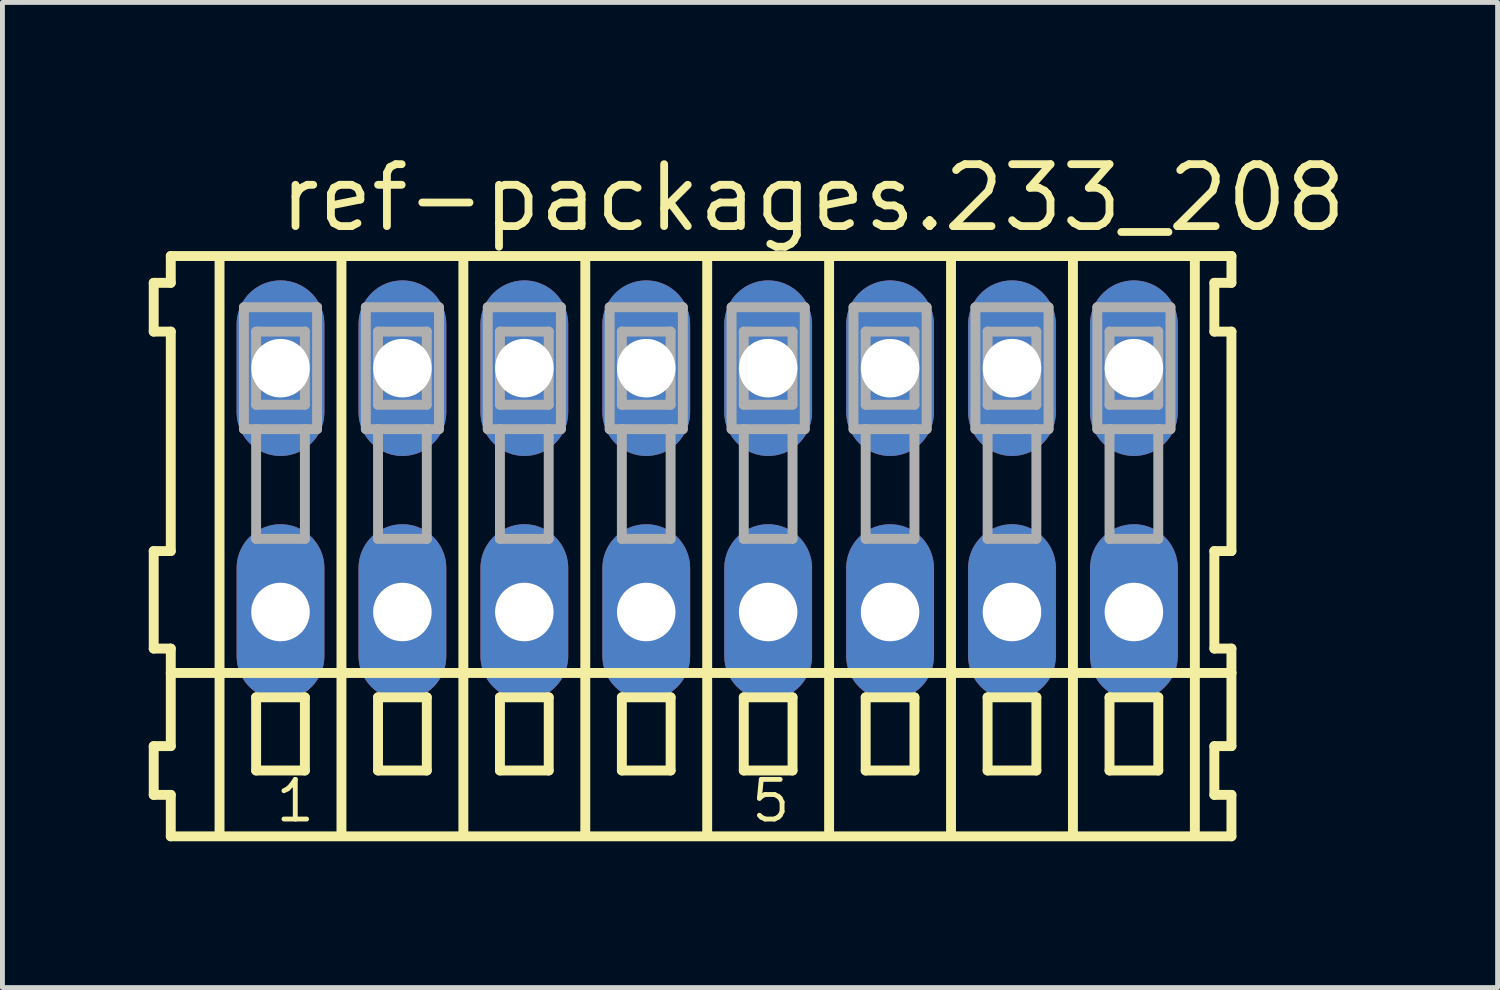
<source format=kicad_pcb>
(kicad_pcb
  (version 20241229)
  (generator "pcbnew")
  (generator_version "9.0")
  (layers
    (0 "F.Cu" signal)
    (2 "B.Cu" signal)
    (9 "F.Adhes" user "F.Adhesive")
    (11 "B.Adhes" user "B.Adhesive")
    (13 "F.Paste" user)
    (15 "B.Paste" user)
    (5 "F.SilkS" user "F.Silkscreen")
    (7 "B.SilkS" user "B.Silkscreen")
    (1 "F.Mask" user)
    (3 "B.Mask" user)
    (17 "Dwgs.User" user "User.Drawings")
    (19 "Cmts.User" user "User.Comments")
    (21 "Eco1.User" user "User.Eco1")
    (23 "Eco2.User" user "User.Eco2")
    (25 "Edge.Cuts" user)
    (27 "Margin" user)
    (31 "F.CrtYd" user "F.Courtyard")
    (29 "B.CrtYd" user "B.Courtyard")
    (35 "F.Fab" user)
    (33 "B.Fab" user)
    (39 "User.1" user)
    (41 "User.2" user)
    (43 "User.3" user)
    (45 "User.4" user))
  (footprint "ref-packages.233_208"
    (layer "F.Cu")
    (at 11.452 7)
    (property "Reference" "ref-packages.233_208" (at -8.85 -5.25 0) (layer "F.SilkS") (effects (font (size 1.27 1.27) (thickness 0.16)) (justify left bottom)))
    (attr through_hole)
    (fp_line (start -11.35 -4.25) (end -11.35 -3.25) (stroke (width 0.203) (type default)) (layer "F.SilkS"))
    (fp_line (start -11.35 -3.25) (end -11 -3.25) (stroke (width 0.203) (type default)) (layer "F.SilkS"))
    (fp_line (start -11.35 1.25) (end -11.35 3.25) (stroke (width 0.203) (type default)) (layer "F.SilkS"))
    (fp_line (start -11.35 3.25) (end -11 3.25) (stroke (width 0.203) (type default)) (layer "F.SilkS"))
    (fp_line (start -11.35 5.25) (end -11.35 6.25) (stroke (width 0.203) (type default)) (layer "F.SilkS"))
    (fp_line (start -11.35 6.25) (end -11 6.25) (stroke (width 0.203) (type default)) (layer "F.SilkS"))
    (fp_line (start -11 -4.8) (end -11 -4.25) (stroke (width 0.203) (type default)) (layer "F.SilkS"))
    (fp_line (start -11 -4.25) (end -11.35 -4.25) (stroke (width 0.203) (type default)) (layer "F.SilkS"))
    (fp_line (start -11 -3.25) (end -11 1.25) (stroke (width 0.203) (type default)) (layer "F.SilkS"))
    (fp_line (start -11 1.25) (end -11.35 1.25) (stroke (width 0.203) (type default)) (layer "F.SilkS"))
    (fp_line (start -11 3.25) (end -11 5.25) (stroke (width 0.203) (type default)) (layer "F.SilkS"))
    (fp_line (start -11 3.75) (end 10.75 3.75) (stroke (width 0.203) (type default)) (layer "F.SilkS"))
    (fp_line (start -11 5.25) (end -11.35 5.25) (stroke (width 0.203) (type default)) (layer "F.SilkS"))
    (fp_line (start -11 6.25) (end -11 7.1) (stroke (width 0.203) (type default)) (layer "F.SilkS"))
    (fp_line (start -11 7.1) (end 10.75 7.1) (stroke (width 0.203) (type default)) (layer "F.SilkS"))
    (fp_line (start -10 -4.75) (end -10 7) (stroke (width 0.203) (type default)) (layer "F.SilkS"))
    (fp_line (start -9.25 4.25) (end -9.25 5.75) (stroke (width 0.203) (type default)) (layer "F.SilkS"))
    (fp_line (start -9.25 5.75) (end -8.25 5.75) (stroke (width 0.203) (type default)) (layer "F.SilkS"))
    (fp_line (start -8.25 4.25) (end -9.25 4.25) (stroke (width 0.203) (type default)) (layer "F.SilkS"))
    (fp_line (start -8.25 5.75) (end -8.25 4.25) (stroke (width 0.203) (type default)) (layer "F.SilkS"))
    (fp_line (start -7.5 -4.75) (end -7.5 7) (stroke (width 0.203) (type default)) (layer "F.SilkS"))
    (fp_line (start -6.75 4.25) (end -6.75 5.75) (stroke (width 0.203) (type default)) (layer "F.SilkS"))
    (fp_line (start -6.75 5.75) (end -5.75 5.75) (stroke (width 0.203) (type default)) (layer "F.SilkS"))
    (fp_line (start -5.75 4.25) (end -6.75 4.25) (stroke (width 0.203) (type default)) (layer "F.SilkS"))
    (fp_line (start -5.75 5.75) (end -5.75 4.25) (stroke (width 0.203) (type default)) (layer "F.SilkS"))
    (fp_line (start -5 -4.75) (end -5 7) (stroke (width 0.203) (type default)) (layer "F.SilkS"))
    (fp_line (start -4.25 4.25) (end -4.25 5.75) (stroke (width 0.203) (type default)) (layer "F.SilkS"))
    (fp_line (start -4.25 5.75) (end -3.25 5.75) (stroke (width 0.203) (type default)) (layer "F.SilkS"))
    (fp_line (start -3.25 4.25) (end -4.25 4.25) (stroke (width 0.203) (type default)) (layer "F.SilkS"))
    (fp_line (start -3.25 5.75) (end -3.25 4.25) (stroke (width 0.203) (type default)) (layer "F.SilkS"))
    (fp_line (start -2.5 -4.75) (end -2.5 7) (stroke (width 0.203) (type default)) (layer "F.SilkS"))
    (fp_line (start -1.75 4.25) (end -1.75 5.75) (stroke (width 0.203) (type default)) (layer "F.SilkS"))
    (fp_line (start -1.75 5.75) (end -0.75 5.75) (stroke (width 0.203) (type default)) (layer "F.SilkS"))
    (fp_line (start -0.75 4.25) (end -1.75 4.25) (stroke (width 0.203) (type default)) (layer "F.SilkS"))
    (fp_line (start -0.75 5.75) (end -0.75 4.25) (stroke (width 0.203) (type default)) (layer "F.SilkS"))
    (fp_line (start 0 -4.75) (end 0 7) (stroke (width 0.203) (type default)) (layer "F.SilkS"))
    (fp_line (start 0.75 4.25) (end 0.75 5.75) (stroke (width 0.203) (type default)) (layer "F.SilkS"))
    (fp_line (start 0.75 5.75) (end 1.75 5.75) (stroke (width 0.203) (type default)) (layer "F.SilkS"))
    (fp_line (start 1.75 4.25) (end 0.75 4.25) (stroke (width 0.203) (type default)) (layer "F.SilkS"))
    (fp_line (start 1.75 5.75) (end 1.75 4.25) (stroke (width 0.203) (type default)) (layer "F.SilkS"))
    (fp_line (start 2.5 -4.75) (end 2.5 7) (stroke (width 0.203) (type default)) (layer "F.SilkS"))
    (fp_line (start 3.25 4.25) (end 3.25 5.75) (stroke (width 0.203) (type default)) (layer "F.SilkS"))
    (fp_line (start 3.25 5.75) (end 4.25 5.75) (stroke (width 0.203) (type default)) (layer "F.SilkS"))
    (fp_line (start 4.25 4.25) (end 3.25 4.25) (stroke (width 0.203) (type default)) (layer "F.SilkS"))
    (fp_line (start 4.25 5.75) (end 4.25 4.25) (stroke (width 0.203) (type default)) (layer "F.SilkS"))
    (fp_line (start 5 -4.75) (end 5 7) (stroke (width 0.203) (type default)) (layer "F.SilkS"))
    (fp_line (start 5.75 4.25) (end 5.75 5.75) (stroke (width 0.203) (type default)) (layer "F.SilkS"))
    (fp_line (start 5.75 5.75) (end 6.75 5.75) (stroke (width 0.203) (type default)) (layer "F.SilkS"))
    (fp_line (start 6.75 4.25) (end 5.75 4.25) (stroke (width 0.203) (type default)) (layer "F.SilkS"))
    (fp_line (start 6.75 5.75) (end 6.75 4.25) (stroke (width 0.203) (type default)) (layer "F.SilkS"))
    (fp_line (start 7.5 -4.75) (end 7.5 7) (stroke (width 0.203) (type default)) (layer "F.SilkS"))
    (fp_line (start 8.25 4.25) (end 8.25 5.75) (stroke (width 0.203) (type default)) (layer "F.SilkS"))
    (fp_line (start 8.25 5.75) (end 9.25 5.75) (stroke (width 0.203) (type default)) (layer "F.SilkS"))
    (fp_line (start 9.25 4.25) (end 8.25 4.25) (stroke (width 0.203) (type default)) (layer "F.SilkS"))
    (fp_line (start 9.25 5.75) (end 9.25 4.25) (stroke (width 0.203) (type default)) (layer "F.SilkS"))
    (fp_line (start 10 -4.75) (end 10 7) (stroke (width 0.203) (type default)) (layer "F.SilkS"))
    (fp_line (start 10.4 -4.25) (end 10.4 -3.25) (stroke (width 0.203) (type default)) (layer "F.SilkS"))
    (fp_line (start 10.4 -3.25) (end 10.75 -3.25) (stroke (width 0.203) (type default)) (layer "F.SilkS"))
    (fp_line (start 10.4 1.25) (end 10.4 3.25) (stroke (width 0.203) (type default)) (layer "F.SilkS"))
    (fp_line (start 10.4 3.25) (end 10.75 3.25) (stroke (width 0.203) (type default)) (layer "F.SilkS"))
    (fp_line (start 10.4 5.25) (end 10.4 6.25) (stroke (width 0.203) (type default)) (layer "F.SilkS"))
    (fp_line (start 10.4 6.25) (end 10.75 6.25) (stroke (width 0.203) (type default)) (layer "F.SilkS"))
    (fp_line (start 10.75 -4.8) (end -11 -4.8) (stroke (width 0.203) (type default)) (layer "F.SilkS"))
    (fp_line (start 10.75 -4.25) (end 10.4 -4.25) (stroke (width 0.203) (type default)) (layer "F.SilkS"))
    (fp_line (start 10.75 -4.25) (end 10.75 -4.8) (stroke (width 0.203) (type default)) (layer "F.SilkS"))
    (fp_line (start 10.75 1.25) (end 10.4 1.25) (stroke (width 0.203) (type default)) (layer "F.SilkS"))
    (fp_line (start 10.75 1.25) (end 10.75 -3.25) (stroke (width 0.203) (type default)) (layer "F.SilkS"))
    (fp_line (start 10.75 3.75) (end 10.75 3.25) (stroke (width 0.203) (type default)) (layer "F.SilkS"))
    (fp_line (start 10.75 5.25) (end 10.4 5.25) (stroke (width 0.203) (type default)) (layer "F.SilkS"))
    (fp_line (start 10.75 5.25) (end 10.75 3.75) (stroke (width 0.203) (type default)) (layer "F.SilkS"))
    (fp_line (start 10.75 7.1) (end 10.75 6.25) (stroke (width 0.203) (type default)) (layer "F.SilkS"))
    (fp_line (start -9.5 -3.75) (end -9.5 -1.25) (stroke (width 0.203) (type default)) (layer "F.Fab"))
    (fp_line (start -9.5 -1.25) (end -9.25 -1.25) (stroke (width 0.203) (type default)) (layer "F.Fab"))
    (fp_line (start -9.25 -3.25) (end -9.25 -1.75) (stroke (width 0.203) (type default)) (layer "F.Fab"))
    (fp_line (start -9.25 -1.75) (end -8.25 -1.75) (stroke (width 0.203) (type default)) (layer "F.Fab"))
    (fp_line (start -9.25 -1.25) (end -9.25 1) (stroke (width 0.203) (type default)) (layer "F.Fab"))
    (fp_line (start -9.25 -1.25) (end -8.25 -1.25) (stroke (width 0.203) (type default)) (layer "F.Fab"))
    (fp_line (start -9.25 1) (end -8.25 1) (stroke (width 0.203) (type default)) (layer "F.Fab"))
    (fp_line (start -8.25 -3.25) (end -9.25 -3.25) (stroke (width 0.203) (type default)) (layer "F.Fab"))
    (fp_line (start -8.25 -1.75) (end -8.25 -3.25) (stroke (width 0.203) (type default)) (layer "F.Fab"))
    (fp_line (start -8.25 -1.25) (end -8 -1.25) (stroke (width 0.203) (type default)) (layer "F.Fab"))
    (fp_line (start -8.25 1) (end -8.25 -1.25) (stroke (width 0.203) (type default)) (layer "F.Fab"))
    (fp_line (start -8 -3.75) (end -9.5 -3.75) (stroke (width 0.203) (type default)) (layer "F.Fab"))
    (fp_line (start -8 -1.25) (end -8 -3.75) (stroke (width 0.203) (type default)) (layer "F.Fab"))
    (fp_line (start -7 -3.75) (end -7 -1.25) (stroke (width 0.203) (type default)) (layer "F.Fab"))
    (fp_line (start -7 -1.25) (end -6.75 -1.25) (stroke (width 0.203) (type default)) (layer "F.Fab"))
    (fp_line (start -6.75 -3.25) (end -6.75 -1.75) (stroke (width 0.203) (type default)) (layer "F.Fab"))
    (fp_line (start -6.75 -1.75) (end -5.75 -1.75) (stroke (width 0.203) (type default)) (layer "F.Fab"))
    (fp_line (start -6.75 -1.25) (end -6.75 1) (stroke (width 0.203) (type default)) (layer "F.Fab"))
    (fp_line (start -6.75 -1.25) (end -5.75 -1.25) (stroke (width 0.203) (type default)) (layer "F.Fab"))
    (fp_line (start -6.75 1) (end -5.75 1) (stroke (width 0.203) (type default)) (layer "F.Fab"))
    (fp_line (start -5.75 -3.25) (end -6.75 -3.25) (stroke (width 0.203) (type default)) (layer "F.Fab"))
    (fp_line (start -5.75 -1.75) (end -5.75 -3.25) (stroke (width 0.203) (type default)) (layer "F.Fab"))
    (fp_line (start -5.75 -1.25) (end -5.5 -1.25) (stroke (width 0.203) (type default)) (layer "F.Fab"))
    (fp_line (start -5.75 1) (end -5.75 -1.25) (stroke (width 0.203) (type default)) (layer "F.Fab"))
    (fp_line (start -5.5 -3.75) (end -7 -3.75) (stroke (width 0.203) (type default)) (layer "F.Fab"))
    (fp_line (start -5.5 -1.25) (end -5.5 -3.75) (stroke (width 0.203) (type default)) (layer "F.Fab"))
    (fp_line (start -4.5 -3.75) (end -4.5 -1.25) (stroke (width 0.203) (type default)) (layer "F.Fab"))
    (fp_line (start -4.5 -1.25) (end -4.25 -1.25) (stroke (width 0.203) (type default)) (layer "F.Fab"))
    (fp_line (start -4.25 -3.25) (end -4.25 -1.75) (stroke (width 0.203) (type default)) (layer "F.Fab"))
    (fp_line (start -4.25 -1.75) (end -3.25 -1.75) (stroke (width 0.203) (type default)) (layer "F.Fab"))
    (fp_line (start -4.25 -1.25) (end -4.25 1) (stroke (width 0.203) (type default)) (layer "F.Fab"))
    (fp_line (start -4.25 -1.25) (end -3.25 -1.25) (stroke (width 0.203) (type default)) (layer "F.Fab"))
    (fp_line (start -4.25 1) (end -3.25 1) (stroke (width 0.203) (type default)) (layer "F.Fab"))
    (fp_line (start -3.25 -3.25) (end -4.25 -3.25) (stroke (width 0.203) (type default)) (layer "F.Fab"))
    (fp_line (start -3.25 -1.75) (end -3.25 -3.25) (stroke (width 0.203) (type default)) (layer "F.Fab"))
    (fp_line (start -3.25 -1.25) (end -3 -1.25) (stroke (width 0.203) (type default)) (layer "F.Fab"))
    (fp_line (start -3.25 1) (end -3.25 -1.25) (stroke (width 0.203) (type default)) (layer "F.Fab"))
    (fp_line (start -3 -3.75) (end -4.5 -3.75) (stroke (width 0.203) (type default)) (layer "F.Fab"))
    (fp_line (start -3 -1.25) (end -3 -3.75) (stroke (width 0.203) (type default)) (layer "F.Fab"))
    (fp_line (start -2 -3.75) (end -2 -1.25) (stroke (width 0.203) (type default)) (layer "F.Fab"))
    (fp_line (start -2 -1.25) (end -1.75 -1.25) (stroke (width 0.203) (type default)) (layer "F.Fab"))
    (fp_line (start -1.75 -3.25) (end -1.75 -1.75) (stroke (width 0.203) (type default)) (layer "F.Fab"))
    (fp_line (start -1.75 -1.75) (end -0.75 -1.75) (stroke (width 0.203) (type default)) (layer "F.Fab"))
    (fp_line (start -1.75 -1.25) (end -1.75 1) (stroke (width 0.203) (type default)) (layer "F.Fab"))
    (fp_line (start -1.75 -1.25) (end -0.75 -1.25) (stroke (width 0.203) (type default)) (layer "F.Fab"))
    (fp_line (start -1.75 1) (end -0.75 1) (stroke (width 0.203) (type default)) (layer "F.Fab"))
    (fp_line (start -0.75 -3.25) (end -1.75 -3.25) (stroke (width 0.203) (type default)) (layer "F.Fab"))
    (fp_line (start -0.75 -1.75) (end -0.75 -3.25) (stroke (width 0.203) (type default)) (layer "F.Fab"))
    (fp_line (start -0.75 -1.25) (end -0.5 -1.25) (stroke (width 0.203) (type default)) (layer "F.Fab"))
    (fp_line (start -0.75 1) (end -0.75 -1.25) (stroke (width 0.203) (type default)) (layer "F.Fab"))
    (fp_line (start -0.5 -3.75) (end -2 -3.75) (stroke (width 0.203) (type default)) (layer "F.Fab"))
    (fp_line (start -0.5 -1.25) (end -0.5 -3.75) (stroke (width 0.203) (type default)) (layer "F.Fab"))
    (fp_line (start 0.5 -3.75) (end 0.5 -1.25) (stroke (width 0.203) (type default)) (layer "F.Fab"))
    (fp_line (start 0.5 -1.25) (end 0.75 -1.25) (stroke (width 0.203) (type default)) (layer "F.Fab"))
    (fp_line (start 0.75 -3.25) (end 0.75 -1.75) (stroke (width 0.203) (type default)) (layer "F.Fab"))
    (fp_line (start 0.75 -1.75) (end 1.75 -1.75) (stroke (width 0.203) (type default)) (layer "F.Fab"))
    (fp_line (start 0.75 -1.25) (end 0.75 1) (stroke (width 0.203) (type default)) (layer "F.Fab"))
    (fp_line (start 0.75 -1.25) (end 1.75 -1.25) (stroke (width 0.203) (type default)) (layer "F.Fab"))
    (fp_line (start 0.75 1) (end 1.75 1) (stroke (width 0.203) (type default)) (layer "F.Fab"))
    (fp_line (start 1.75 -3.25) (end 0.75 -3.25) (stroke (width 0.203) (type default)) (layer "F.Fab"))
    (fp_line (start 1.75 -1.75) (end 1.75 -3.25) (stroke (width 0.203) (type default)) (layer "F.Fab"))
    (fp_line (start 1.75 -1.25) (end 2 -1.25) (stroke (width 0.203) (type default)) (layer "F.Fab"))
    (fp_line (start 1.75 1) (end 1.75 -1.25) (stroke (width 0.203) (type default)) (layer "F.Fab"))
    (fp_line (start 2 -3.75) (end 0.5 -3.75) (stroke (width 0.203) (type default)) (layer "F.Fab"))
    (fp_line (start 2 -1.25) (end 2 -3.75) (stroke (width 0.203) (type default)) (layer "F.Fab"))
    (fp_line (start 3 -3.75) (end 3 -1.25) (stroke (width 0.203) (type default)) (layer "F.Fab"))
    (fp_line (start 3 -1.25) (end 3.25 -1.25) (stroke (width 0.203) (type default)) (layer "F.Fab"))
    (fp_line (start 3.25 -3.25) (end 3.25 -1.75) (stroke (width 0.203) (type default)) (layer "F.Fab"))
    (fp_line (start 3.25 -1.75) (end 4.25 -1.75) (stroke (width 0.203) (type default)) (layer "F.Fab"))
    (fp_line (start 3.25 -1.25) (end 3.25 1) (stroke (width 0.203) (type default)) (layer "F.Fab"))
    (fp_line (start 3.25 -1.25) (end 4.25 -1.25) (stroke (width 0.203) (type default)) (layer "F.Fab"))
    (fp_line (start 3.25 1) (end 4.25 1) (stroke (width 0.203) (type default)) (layer "F.Fab"))
    (fp_line (start 4.25 -3.25) (end 3.25 -3.25) (stroke (width 0.203) (type default)) (layer "F.Fab"))
    (fp_line (start 4.25 -1.75) (end 4.25 -3.25) (stroke (width 0.203) (type default)) (layer "F.Fab"))
    (fp_line (start 4.25 -1.25) (end 4.5 -1.25) (stroke (width 0.203) (type default)) (layer "F.Fab"))
    (fp_line (start 4.25 1) (end 4.25 -1.25) (stroke (width 0.203) (type default)) (layer "F.Fab"))
    (fp_line (start 4.5 -3.75) (end 3 -3.75) (stroke (width 0.203) (type default)) (layer "F.Fab"))
    (fp_line (start 4.5 -1.25) (end 4.5 -3.75) (stroke (width 0.203) (type default)) (layer "F.Fab"))
    (fp_line (start 5.5 -3.75) (end 5.5 -1.25) (stroke (width 0.203) (type default)) (layer "F.Fab"))
    (fp_line (start 5.5 -1.25) (end 5.75 -1.25) (stroke (width 0.203) (type default)) (layer "F.Fab"))
    (fp_line (start 5.75 -3.25) (end 5.75 -1.75) (stroke (width 0.203) (type default)) (layer "F.Fab"))
    (fp_line (start 5.75 -1.75) (end 6.75 -1.75) (stroke (width 0.203) (type default)) (layer "F.Fab"))
    (fp_line (start 5.75 -1.25) (end 5.75 1) (stroke (width 0.203) (type default)) (layer "F.Fab"))
    (fp_line (start 5.75 -1.25) (end 6.75 -1.25) (stroke (width 0.203) (type default)) (layer "F.Fab"))
    (fp_line (start 5.75 1) (end 6.75 1) (stroke (width 0.203) (type default)) (layer "F.Fab"))
    (fp_line (start 6.75 -3.25) (end 5.75 -3.25) (stroke (width 0.203) (type default)) (layer "F.Fab"))
    (fp_line (start 6.75 -1.75) (end 6.75 -3.25) (stroke (width 0.203) (type default)) (layer "F.Fab"))
    (fp_line (start 6.75 -1.25) (end 7 -1.25) (stroke (width 0.203) (type default)) (layer "F.Fab"))
    (fp_line (start 6.75 1) (end 6.75 -1.25) (stroke (width 0.203) (type default)) (layer "F.Fab"))
    (fp_line (start 7 -3.75) (end 5.5 -3.75) (stroke (width 0.203) (type default)) (layer "F.Fab"))
    (fp_line (start 7 -1.25) (end 7 -3.75) (stroke (width 0.203) (type default)) (layer "F.Fab"))
    (fp_line (start 8 -3.75) (end 8 -1.25) (stroke (width 0.203) (type default)) (layer "F.Fab"))
    (fp_line (start 8 -1.25) (end 8.25 -1.25) (stroke (width 0.203) (type default)) (layer "F.Fab"))
    (fp_line (start 8.25 -3.25) (end 8.25 -1.75) (stroke (width 0.203) (type default)) (layer "F.Fab"))
    (fp_line (start 8.25 -1.75) (end 9.25 -1.75) (stroke (width 0.203) (type default)) (layer "F.Fab"))
    (fp_line (start 8.25 -1.25) (end 8.25 1) (stroke (width 0.203) (type default)) (layer "F.Fab"))
    (fp_line (start 8.25 -1.25) (end 9.25 -1.25) (stroke (width 0.203) (type default)) (layer "F.Fab"))
    (fp_line (start 8.25 1) (end 9.25 1) (stroke (width 0.203) (type default)) (layer "F.Fab"))
    (fp_line (start 9.25 -3.25) (end 8.25 -3.25) (stroke (width 0.203) (type default)) (layer "F.Fab"))
    (fp_line (start 9.25 -1.75) (end 9.25 -3.25) (stroke (width 0.203) (type default)) (layer "F.Fab"))
    (fp_line (start 9.25 -1.25) (end 9.5 -1.25) (stroke (width 0.203) (type default)) (layer "F.Fab"))
    (fp_line (start 9.25 1) (end 9.25 -1.25) (stroke (width 0.203) (type default)) (layer "F.Fab"))
    (fp_line (start 9.5 -3.75) (end 8 -3.75) (stroke (width 0.203) (type default)) (layer "F.Fab"))
    (fp_line (start 9.5 -1.25) (end 9.5 -3.75) (stroke (width 0.203) (type default)) (layer "F.Fab"))
    (fp_text user "5" (at 0.85 6.85 0) (layer "F.SilkS") (effects (font (size 0.813 0.813) (thickness 0.1)) (justify left bottom)))
    (fp_text user "1" (at -8.9 6.85 0) (layer "F.SilkS") (effects (font (size 0.813 0.813) (thickness 0.1)) (justify left bottom)))
    (pad "A1" thru_hole oval (at -8.75 -2.5 90) (size 3.6 1.8) (drill 1.2) (layers "*.Cu" "*.Mask"))
    (pad "A2" thru_hole oval (at -6.25 -2.5 90) (size 3.6 1.8) (drill 1.2) (layers "*.Cu" "*.Mask"))
    (pad "A3" thru_hole oval (at -3.75 -2.5 90) (size 3.6 1.8) (drill 1.2) (layers "*.Cu" "*.Mask"))
    (pad "A4" thru_hole oval (at -1.25 -2.5 90) (size 3.6 1.8) (drill 1.2) (layers "*.Cu" "*.Mask"))
    (pad "A5" thru_hole oval (at 1.25 -2.5 90) (size 3.6 1.8) (drill 1.2) (layers "*.Cu" "*.Mask"))
    (pad "A6" thru_hole oval (at 3.75 -2.5 90) (size 3.6 1.8) (drill 1.2) (layers "*.Cu" "*.Mask"))
    (pad "A7" thru_hole oval (at 6.25 -2.5 90) (size 3.6 1.8) (drill 1.2) (layers "*.Cu" "*.Mask"))
    (pad "A8" thru_hole oval (at 8.75 -2.5 90) (size 3.6 1.8) (drill 1.2) (layers "*.Cu" "*.Mask"))
    (pad "B1" thru_hole oval (at -8.75 2.5 90) (size 3.6 1.8) (drill 1.2) (layers "*.Cu" "*.Mask"))
    (pad "B2" thru_hole oval (at -6.25 2.5 90) (size 3.6 1.8) (drill 1.2) (layers "*.Cu" "*.Mask"))
    (pad "B3" thru_hole oval (at -3.75 2.5 90) (size 3.6 1.8) (drill 1.2) (layers "*.Cu" "*.Mask"))
    (pad "B4" thru_hole oval (at -1.25 2.5 90) (size 3.6 1.8) (drill 1.2) (layers "*.Cu" "*.Mask"))
    (pad "B5" thru_hole oval (at 1.25 2.5 90) (size 3.6 1.8) (drill 1.2) (layers "*.Cu" "*.Mask"))
    (pad "B6" thru_hole oval (at 3.75 2.5 90) (size 3.6 1.8) (drill 1.2) (layers "*.Cu" "*.Mask"))
    (pad "B7" thru_hole oval (at 6.25 2.5 90) (size 3.6 1.8) (drill 1.2) (layers "*.Cu" "*.Mask"))
    (pad "B8" thru_hole oval (at 8.75 2.5 90) (size 3.6 1.8) (drill 1.2) (layers "*.Cu" "*.Mask")))
  (gr_rect
    (start -3 -3)
    (end 27.66 17.202)
    (stroke (width 0.1) (type default))
    (fill no)
    (layer "Edge.Cuts")))
</source>
